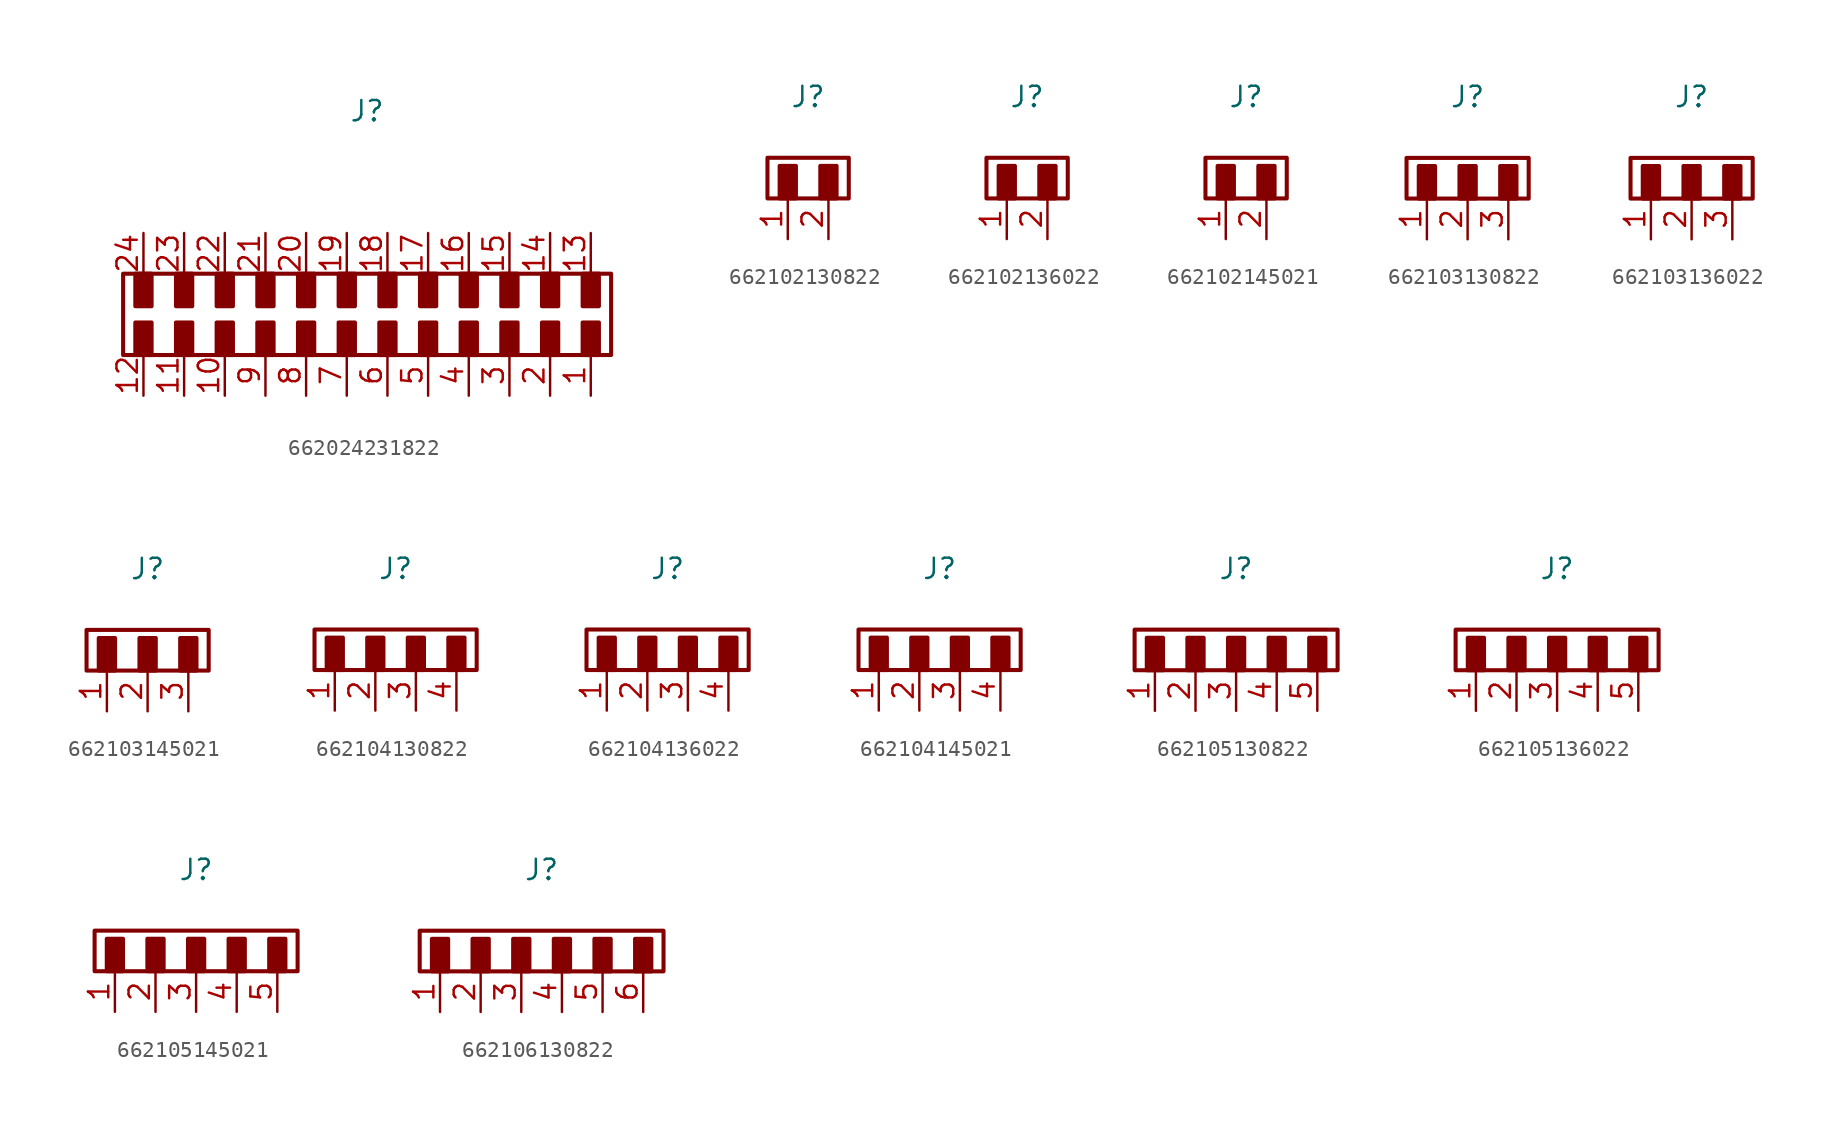
<source format=kicad_sym>
(kicad_symbol_lib
  (version 20241209)
  (generator "kicad_symbol_editor")
  (generator_version "9.0")
  (symbol "662024231822"
    (pin_names
      (hide yes))
    (property "Reference" "J"
      (at 0 12.7 0)
      (effects (font (size 1.27 1.27))))
    (symbol "662024231822_1_1"
      (rectangle (start -15.24 2.54) (end 15.24 -2.54) (stroke (width 0.254) (type solid)) (fill (type none)))
      (rectangle (start -14.478 2.54) (end -13.462 0.508) (stroke (width 0.254) (type solid)) (fill (type outline)))
      (rectangle (start -14.478 -0.508) (end -13.462 -2.54) (stroke (width 0.254) (type solid)) (fill (type outline)))
      (rectangle (start -11.938 2.54) (end -10.922 0.508) (stroke (width 0.254) (type solid)) (fill (type outline)))
      (rectangle (start -11.938 -0.508) (end -10.922 -2.54) (stroke (width 0.254) (type solid)) (fill (type outline)))
      (rectangle (start -9.398 2.54) (end -8.382 0.508) (stroke (width 0.254) (type solid)) (fill (type outline)))
      (rectangle (start -9.398 -0.508) (end -8.382 -2.54) (stroke (width 0.254) (type solid)) (fill (type outline)))
      (rectangle (start -6.858 2.54) (end -5.842 0.508) (stroke (width 0.254) (type solid)) (fill (type outline)))
      (rectangle (start -6.858 -0.508) (end -5.842 -2.54) (stroke (width 0.254) (type solid)) (fill (type outline)))
      (rectangle (start -4.318 2.54) (end -3.302 0.508) (stroke (width 0.254) (type solid)) (fill (type outline)))
      (rectangle (start -4.318 -0.508) (end -3.302 -2.54) (stroke (width 0.254) (type solid)) (fill (type outline)))
      (rectangle (start -1.778 2.54) (end -0.762 0.508) (stroke (width 0.254) (type solid)) (fill (type outline)))
      (rectangle (start -1.778 -0.508) (end -0.762 -2.54) (stroke (width 0.254) (type solid)) (fill (type outline)))
      (rectangle (start 0.762 2.54) (end 1.778 0.508) (stroke (width 0.254) (type solid)) (fill (type outline)))
      (rectangle (start 0.762 -0.508) (end 1.778 -2.54) (stroke (width 0.254) (type solid)) (fill (type outline)))
      (rectangle (start 3.302 2.54) (end 4.318 0.508) (stroke (width 0.254) (type solid)) (fill (type outline)))
      (rectangle (start 3.302 -0.508) (end 4.318 -2.54) (stroke (width 0.254) (type solid)) (fill (type outline)))
      (rectangle (start 5.842 2.54) (end 6.858 0.508) (stroke (width 0.254) (type solid)) (fill (type outline)))
      (rectangle (start 5.842 -0.508) (end 6.858 -2.54) (stroke (width 0.254) (type solid)) (fill (type outline)))
      (rectangle (start 8.382 2.54) (end 9.398 0.508) (stroke (width 0.254) (type solid)) (fill (type outline)))
      (rectangle (start 8.382 -0.508) (end 9.398 -2.54) (stroke (width 0.254) (type solid)) (fill (type outline)))
      (rectangle (start 10.922 2.54) (end 11.938 0.508) (stroke (width 0.254) (type solid)) (fill (type outline)))
      (rectangle (start 10.922 -0.508) (end 11.938 -2.54) (stroke (width 0.254) (type solid)) (fill (type outline)))
      (rectangle (start 13.462 2.54) (end 14.478 0.508) (stroke (width 0.254) (type solid)) (fill (type outline)))
      (rectangle (start 13.462 -0.508) (end 14.478 -2.54) (stroke (width 0.254) (type solid)) (fill (type outline)))
      (pin passive line (at -13.97 5.08 270) (length 2.54) (name "24" (effects (font (size 1.27 1.27)))) (number "24" (effects (font (size 1.27 1.27)))))
      (pin passive line (at -13.97 -5.08 90) (length 2.54) (name "12" (effects (font (size 1.27 1.27)))) (number "12" (effects (font (size 1.27 1.27)))))
      (pin passive line (at -11.43 5.08 270) (length 2.54) (name "23" (effects (font (size 1.27 1.27)))) (number "23" (effects (font (size 1.27 1.27)))))
      (pin passive line (at -11.43 -5.08 90) (length 2.54) (name "11" (effects (font (size 1.27 1.27)))) (number "11" (effects (font (size 1.27 1.27)))))
      (pin passive line (at -8.89 5.08 270) (length 2.54) (name "22" (effects (font (size 1.27 1.27)))) (number "22" (effects (font (size 1.27 1.27)))))
      (pin passive line (at -8.89 -5.08 90) (length 2.54) (name "10" (effects (font (size 1.27 1.27)))) (number "10" (effects (font (size 1.27 1.27)))))
      (pin passive line (at -6.35 5.08 270) (length 2.54) (name "21" (effects (font (size 1.27 1.27)))) (number "21" (effects (font (size 1.27 1.27)))))
      (pin passive line (at -6.35 -5.08 90) (length 2.54) (name "9" (effects (font (size 1.27 1.27)))) (number "9" (effects (font (size 1.27 1.27)))))
      (pin passive line (at -3.81 5.08 270) (length 2.54) (name "20" (effects (font (size 1.27 1.27)))) (number "20" (effects (font (size 1.27 1.27)))))
      (pin passive line (at -3.81 -5.08 90) (length 2.54) (name "8" (effects (font (size 1.27 1.27)))) (number "8" (effects (font (size 1.27 1.27)))))
      (pin passive line (at -1.27 5.08 270) (length 2.54) (name "19" (effects (font (size 1.27 1.27)))) (number "19" (effects (font (size 1.27 1.27)))))
      (pin passive line (at -1.27 -5.08 90) (length 2.54) (name "7" (effects (font (size 1.27 1.27)))) (number "7" (effects (font (size 1.27 1.27)))))
      (pin passive line (at 1.27 5.08 270) (length 2.54) (name "18" (effects (font (size 1.27 1.27)))) (number "18" (effects (font (size 1.27 1.27)))))
      (pin passive line (at 1.27 -5.08 90) (length 2.54) (name "6" (effects (font (size 1.27 1.27)))) (number "6" (effects (font (size 1.27 1.27)))))
      (pin passive line (at 3.81 5.08 270) (length 2.54) (name "17" (effects (font (size 1.27 1.27)))) (number "17" (effects (font (size 1.27 1.27)))))
      (pin passive line (at 3.81 -5.08 90) (length 2.54) (name "5" (effects (font (size 1.27 1.27)))) (number "5" (effects (font (size 1.27 1.27)))))
      (pin passive line (at 6.35 5.08 270) (length 2.54) (name "16" (effects (font (size 1.27 1.27)))) (number "16" (effects (font (size 1.27 1.27)))))
      (pin passive line (at 6.35 -5.08 90) (length 2.54) (name "4" (effects (font (size 1.27 1.27)))) (number "4" (effects (font (size 1.27 1.27)))))
      (pin passive line (at 8.89 5.08 270) (length 2.54) (name "15" (effects (font (size 1.27 1.27)))) (number "15" (effects (font (size 1.27 1.27)))))
      (pin passive line (at 8.89 -5.08 90) (length 2.54) (name "3" (effects (font (size 1.27 1.27)))) (number "3" (effects (font (size 1.27 1.27)))))
      (pin passive line (at 11.43 5.08 270) (length 2.54) (name "14" (effects (font (size 1.27 1.27)))) (number "14" (effects (font (size 1.27 1.27)))))
      (pin passive line (at 11.43 -5.08 90) (length 2.54) (name "2" (effects (font (size 1.27 1.27)))) (number "2" (effects (font (size 1.27 1.27)))))
      (pin passive line (at 13.97 5.08 270) (length 2.54) (name "13" (effects (font (size 1.27 1.27)))) (number "13" (effects (font (size 1.27 1.27)))))
      (pin passive line (at 13.97 -5.08 90) (length 2.54) (name "1" (effects (font (size 1.27 1.27)))) (number "1" (effects (font (size 1.27 1.27)))))))
  (symbol "662102130822"
    (pin_names
      (hide yes))
    (property "Reference" "J"
      (at 0 5.08 0)
      (effects (font (size 1.27 1.27))))
    (symbol "662102130822_1_1"
      (rectangle (start -2.54 1.27) (end 2.54 -1.27) (stroke (width 0.254) (type solid)) (fill (type none)))
      (rectangle (start -1.778 0.762) (end -0.762 -1.27) (stroke (width 0.254) (type solid)) (fill (type outline)))
      (rectangle (start 1.778 -1.27) (end 0.762 0.762) (stroke (width 0.254) (type solid)) (fill (type outline)))
      (pin passive line (at -1.27 -3.81 90) (length 2.54) (name "1" (effects (font (size 1.27 1.27)))) (number "1" (effects (font (size 1.27 1.27)))))
      (pin passive line (at 1.27 -3.81 90) (length 2.54) (name "2" (effects (font (size 1.27 1.27)))) (number "2" (effects (font (size 1.27 1.27)))))))
  (symbol "662102136022"
    (pin_names
      (hide yes))
    (property "Reference" "J"
      (at 0 5.08 0)
      (effects (font (size 1.27 1.27))))
    (symbol "662102136022_1_1"
      (rectangle (start -2.54 1.27) (end 2.54 -1.27) (stroke (width 0.254) (type solid)) (fill (type none)))
      (rectangle (start -1.778 0.762) (end -0.762 -1.27) (stroke (width 0.254) (type solid)) (fill (type outline)))
      (rectangle (start 1.778 -1.27) (end 0.762 0.762) (stroke (width 0.254) (type solid)) (fill (type outline)))
      (pin passive line (at -1.27 -3.81 90) (length 2.54) (name "1" (effects (font (size 1.27 1.27)))) (number "1" (effects (font (size 1.27 1.27)))))
      (pin passive line (at 1.27 -3.81 90) (length 2.54) (name "2" (effects (font (size 1.27 1.27)))) (number "2" (effects (font (size 1.27 1.27)))))))
  (symbol "662102145021"
    (pin_names
      (hide yes))
    (property "Reference" "J"
      (at 0 5.08 0)
      (effects (font (size 1.27 1.27))))
    (symbol "662102145021_1_1"
      (rectangle (start -2.54 1.27) (end 2.54 -1.27) (stroke (width 0.254) (type solid)) (fill (type none)))
      (rectangle (start -1.778 0.762) (end -0.762 -1.27) (stroke (width 0.254) (type solid)) (fill (type outline)))
      (rectangle (start 1.778 -1.27) (end 0.762 0.762) (stroke (width 0.254) (type solid)) (fill (type outline)))
      (pin passive line (at -1.27 -3.81 90) (length 2.54) (name "1" (effects (font (size 1.27 1.27)))) (number "1" (effects (font (size 1.27 1.27)))))
      (pin passive line (at 1.27 -3.81 90) (length 2.54) (name "2" (effects (font (size 1.27 1.27)))) (number "2" (effects (font (size 1.27 1.27)))))))
  (symbol "662103130822"
    (pin_names
      (hide yes))
    (property "Reference" "J"
      (at 0 5.08 0)
      (effects (font (size 1.27 1.27))))
    (symbol "662103130822_1_1"
      (rectangle (start -3.81 1.27) (end 3.81 -1.27) (stroke (width 0.254) (type solid)) (fill (type none)))
      (rectangle (start -3.048 0.762) (end -2.032 -1.27) (stroke (width 0.254) (type solid)) (fill (type outline)))
      (rectangle (start 0.508 -1.27) (end -0.508 0.762) (stroke (width 0.254) (type solid)) (fill (type outline)))
      (rectangle (start 3.048 -1.27) (end 2.032 0.762) (stroke (width 0.254) (type solid)) (fill (type outline)))
      (pin passive line (at -2.54 -3.81 90) (length 2.54) (name "1" (effects (font (size 1.27 1.27)))) (number "1" (effects (font (size 1.27 1.27)))))
      (pin passive line (at 0 -3.81 90) (length 2.54) (name "2" (effects (font (size 1.27 1.27)))) (number "2" (effects (font (size 1.27 1.27)))))
      (pin passive line (at 2.54 -3.81 90) (length 2.54) (name "3" (effects (font (size 1.27 1.27)))) (number "3" (effects (font (size 1.27 1.27)))))))
  (symbol "662103136022"
    (pin_names
      (hide yes))
    (property "Reference" "J"
      (at 0 5.08 0)
      (effects (font (size 1.27 1.27))))
    (symbol "662103136022_1_1"
      (rectangle (start -3.81 1.27) (end 3.81 -1.27) (stroke (width 0.254) (type solid)) (fill (type none)))
      (rectangle (start -3.048 0.762) (end -2.032 -1.27) (stroke (width 0.254) (type solid)) (fill (type outline)))
      (rectangle (start 0.508 -1.27) (end -0.508 0.762) (stroke (width 0.254) (type solid)) (fill (type outline)))
      (rectangle (start 3.048 -1.27) (end 2.032 0.762) (stroke (width 0.254) (type solid)) (fill (type outline)))
      (pin passive line (at -2.54 -3.81 90) (length 2.54) (name "1" (effects (font (size 1.27 1.27)))) (number "1" (effects (font (size 1.27 1.27)))))
      (pin passive line (at 0 -3.81 90) (length 2.54) (name "2" (effects (font (size 1.27 1.27)))) (number "2" (effects (font (size 1.27 1.27)))))
      (pin passive line (at 2.54 -3.81 90) (length 2.54) (name "3" (effects (font (size 1.27 1.27)))) (number "3" (effects (font (size 1.27 1.27)))))))
  (symbol "662103145021"
    (pin_names
      (hide yes))
    (property "Reference" "J"
      (at 0 5.08 0)
      (effects (font (size 1.27 1.27))))
    (symbol "662103145021_1_1"
      (rectangle (start -3.81 1.27) (end 3.81 -1.27) (stroke (width 0.254) (type solid)) (fill (type none)))
      (rectangle (start -3.048 0.762) (end -2.032 -1.27) (stroke (width 0.254) (type solid)) (fill (type outline)))
      (rectangle (start 0.508 -1.27) (end -0.508 0.762) (stroke (width 0.254) (type solid)) (fill (type outline)))
      (rectangle (start 3.048 -1.27) (end 2.032 0.762) (stroke (width 0.254) (type solid)) (fill (type outline)))
      (pin passive line (at -2.54 -3.81 90) (length 2.54) (name "1" (effects (font (size 1.27 1.27)))) (number "1" (effects (font (size 1.27 1.27)))))
      (pin passive line (at 0 -3.81 90) (length 2.54) (name "2" (effects (font (size 1.27 1.27)))) (number "2" (effects (font (size 1.27 1.27)))))
      (pin passive line (at 2.54 -3.81 90) (length 2.54) (name "3" (effects (font (size 1.27 1.27)))) (number "3" (effects (font (size 1.27 1.27)))))))
  (symbol "662104130822"
    (pin_names
      (hide yes))
    (property "Reference" "J"
      (at 0 5.08 0)
      (effects (font (size 1.27 1.27))))
    (symbol "662104130822_1_1"
      (rectangle (start -5.08 1.27) (end 5.08 -1.27) (stroke (width 0.254) (type solid)) (fill (type none)))
      (rectangle (start -4.318 0.762) (end -3.302 -1.27) (stroke (width 0.254) (type solid)) (fill (type outline)))
      (rectangle (start -0.762 -1.27) (end -1.778 0.762) (stroke (width 0.254) (type solid)) (fill (type outline)))
      (rectangle (start 1.778 -1.27) (end 0.762 0.762) (stroke (width 0.254) (type solid)) (fill (type outline)))
      (rectangle (start 4.318 -1.27) (end 3.302 0.762) (stroke (width 0.254) (type solid)) (fill (type outline)))
      (pin passive line (at -3.81 -3.81 90) (length 2.54) (name "1" (effects (font (size 1.27 1.27)))) (number "1" (effects (font (size 1.27 1.27)))))
      (pin passive line (at -1.27 -3.81 90) (length 2.54) (name "2" (effects (font (size 1.27 1.27)))) (number "2" (effects (font (size 1.27 1.27)))))
      (pin passive line (at 1.27 -3.81 90) (length 2.54) (name "3" (effects (font (size 1.27 1.27)))) (number "3" (effects (font (size 1.27 1.27)))))
      (pin passive line (at 3.81 -3.81 90) (length 2.54) (name "4" (effects (font (size 1.27 1.27)))) (number "4" (effects (font (size 1.27 1.27)))))))
  (symbol "662104136022"
    (pin_names
      (hide yes))
    (property "Reference" "J"
      (at 0 5.08 0)
      (effects (font (size 1.27 1.27))))
    (symbol "662104136022_1_1"
      (rectangle (start -5.08 1.27) (end 5.08 -1.27) (stroke (width 0.254) (type solid)) (fill (type none)))
      (rectangle (start -4.318 0.762) (end -3.302 -1.27) (stroke (width 0.254) (type solid)) (fill (type outline)))
      (rectangle (start -0.762 -1.27) (end -1.778 0.762) (stroke (width 0.254) (type solid)) (fill (type outline)))
      (rectangle (start 1.778 -1.27) (end 0.762 0.762) (stroke (width 0.254) (type solid)) (fill (type outline)))
      (rectangle (start 4.318 -1.27) (end 3.302 0.762) (stroke (width 0.254) (type solid)) (fill (type outline)))
      (pin passive line (at -3.81 -3.81 90) (length 2.54) (name "1" (effects (font (size 1.27 1.27)))) (number "1" (effects (font (size 1.27 1.27)))))
      (pin passive line (at -1.27 -3.81 90) (length 2.54) (name "2" (effects (font (size 1.27 1.27)))) (number "2" (effects (font (size 1.27 1.27)))))
      (pin passive line (at 1.27 -3.81 90) (length 2.54) (name "3" (effects (font (size 1.27 1.27)))) (number "3" (effects (font (size 1.27 1.27)))))
      (pin passive line (at 3.81 -3.81 90) (length 2.54) (name "4" (effects (font (size 1.27 1.27)))) (number "4" (effects (font (size 1.27 1.27)))))))
  (symbol "662104145021"
    (pin_names
      (hide yes))
    (property "Reference" "J"
      (at 0 5.08 0)
      (effects (font (size 1.27 1.27))))
    (symbol "662104145021_1_1"
      (rectangle (start -5.08 1.27) (end 5.08 -1.27) (stroke (width 0.254) (type solid)) (fill (type none)))
      (rectangle (start -4.318 0.762) (end -3.302 -1.27) (stroke (width 0.254) (type solid)) (fill (type outline)))
      (rectangle (start -0.762 -1.27) (end -1.778 0.762) (stroke (width 0.254) (type solid)) (fill (type outline)))
      (rectangle (start 1.778 -1.27) (end 0.762 0.762) (stroke (width 0.254) (type solid)) (fill (type outline)))
      (rectangle (start 4.318 -1.27) (end 3.302 0.762) (stroke (width 0.254) (type solid)) (fill (type outline)))
      (pin passive line (at -3.81 -3.81 90) (length 2.54) (name "1" (effects (font (size 1.27 1.27)))) (number "1" (effects (font (size 1.27 1.27)))))
      (pin passive line (at -1.27 -3.81 90) (length 2.54) (name "2" (effects (font (size 1.27 1.27)))) (number "2" (effects (font (size 1.27 1.27)))))
      (pin passive line (at 1.27 -3.81 90) (length 2.54) (name "3" (effects (font (size 1.27 1.27)))) (number "3" (effects (font (size 1.27 1.27)))))
      (pin passive line (at 3.81 -3.81 90) (length 2.54) (name "4" (effects (font (size 1.27 1.27)))) (number "4" (effects (font (size 1.27 1.27)))))))
  (symbol "662105130822"
    (pin_names
      (hide yes))
    (property "Reference" "J"
      (at 0 5.08 0)
      (effects (font (size 1.27 1.27))))
    (symbol "662105130822_1_1"
      (rectangle (start -6.35 1.27) (end 6.35 -1.27) (stroke (width 0.254) (type solid)) (fill (type none)))
      (rectangle (start -5.588 0.762) (end -4.572 -1.27) (stroke (width 0.254) (type solid)) (fill (type outline)))
      (rectangle (start -2.032 -1.27) (end -3.048 0.762) (stroke (width 0.254) (type solid)) (fill (type outline)))
      (rectangle (start 0.508 -1.27) (end -0.508 0.762) (stroke (width 0.254) (type solid)) (fill (type outline)))
      (rectangle (start 3.048 -1.27) (end 2.032 0.762) (stroke (width 0.254) (type solid)) (fill (type outline)))
      (rectangle (start 5.588 -1.27) (end 4.572 0.762) (stroke (width 0.254) (type solid)) (fill (type outline)))
      (pin passive line (at -5.08 -3.81 90) (length 2.54) (name "1" (effects (font (size 1.27 1.27)))) (number "1" (effects (font (size 1.27 1.27)))))
      (pin passive line (at -2.54 -3.81 90) (length 2.54) (name "2" (effects (font (size 1.27 1.27)))) (number "2" (effects (font (size 1.27 1.27)))))
      (pin passive line (at 0 -3.81 90) (length 2.54) (name "3" (effects (font (size 1.27 1.27)))) (number "3" (effects (font (size 1.27 1.27)))))
      (pin passive line (at 2.54 -3.81 90) (length 2.54) (name "4" (effects (font (size 1.27 1.27)))) (number "4" (effects (font (size 1.27 1.27)))))
      (pin passive line (at 5.08 -3.81 90) (length 2.54) (name "5" (effects (font (size 1.27 1.27)))) (number "5" (effects (font (size 1.27 1.27)))))))
  (symbol "662105136022"
    (pin_names
      (hide yes))
    (property "Reference" "J"
      (at 0 5.08 0)
      (effects (font (size 1.27 1.27))))
    (symbol "662105136022_1_1"
      (rectangle (start -6.35 1.27) (end 6.35 -1.27) (stroke (width 0.254) (type solid)) (fill (type none)))
      (rectangle (start -5.588 0.762) (end -4.572 -1.27) (stroke (width 0.254) (type solid)) (fill (type outline)))
      (rectangle (start -2.032 -1.27) (end -3.048 0.762) (stroke (width 0.254) (type solid)) (fill (type outline)))
      (rectangle (start 0.508 -1.27) (end -0.508 0.762) (stroke (width 0.254) (type solid)) (fill (type outline)))
      (rectangle (start 3.048 -1.27) (end 2.032 0.762) (stroke (width 0.254) (type solid)) (fill (type outline)))
      (rectangle (start 5.588 -1.27) (end 4.572 0.762) (stroke (width 0.254) (type solid)) (fill (type outline)))
      (pin passive line (at -5.08 -3.81 90) (length 2.54) (name "1" (effects (font (size 1.27 1.27)))) (number "1" (effects (font (size 1.27 1.27)))))
      (pin passive line (at -2.54 -3.81 90) (length 2.54) (name "2" (effects (font (size 1.27 1.27)))) (number "2" (effects (font (size 1.27 1.27)))))
      (pin passive line (at 0 -3.81 90) (length 2.54) (name "3" (effects (font (size 1.27 1.27)))) (number "3" (effects (font (size 1.27 1.27)))))
      (pin passive line (at 2.54 -3.81 90) (length 2.54) (name "4" (effects (font (size 1.27 1.27)))) (number "4" (effects (font (size 1.27 1.27)))))
      (pin passive line (at 5.08 -3.81 90) (length 2.54) (name "5" (effects (font (size 1.27 1.27)))) (number "5" (effects (font (size 1.27 1.27)))))))
  (symbol "662105145021"
    (pin_names
      (hide yes))
    (property "Reference" "J"
      (at 0 5.08 0)
      (effects (font (size 1.27 1.27))))
    (symbol "662105145021_1_1"
      (rectangle (start -6.35 1.27) (end 6.35 -1.27) (stroke (width 0.254) (type solid)) (fill (type none)))
      (rectangle (start -5.588 0.762) (end -4.572 -1.27) (stroke (width 0.254) (type solid)) (fill (type outline)))
      (rectangle (start -2.032 -1.27) (end -3.048 0.762) (stroke (width 0.254) (type solid)) (fill (type outline)))
      (rectangle (start 0.508 -1.27) (end -0.508 0.762) (stroke (width 0.254) (type solid)) (fill (type outline)))
      (rectangle (start 3.048 -1.27) (end 2.032 0.762) (stroke (width 0.254) (type solid)) (fill (type outline)))
      (rectangle (start 5.588 -1.27) (end 4.572 0.762) (stroke (width 0.254) (type solid)) (fill (type outline)))
      (pin passive line (at -5.08 -3.81 90) (length 2.54) (name "1" (effects (font (size 1.27 1.27)))) (number "1" (effects (font (size 1.27 1.27)))))
      (pin passive line (at -2.54 -3.81 90) (length 2.54) (name "2" (effects (font (size 1.27 1.27)))) (number "2" (effects (font (size 1.27 1.27)))))
      (pin passive line (at 0 -3.81 90) (length 2.54) (name "3" (effects (font (size 1.27 1.27)))) (number "3" (effects (font (size 1.27 1.27)))))
      (pin passive line (at 2.54 -3.81 90) (length 2.54) (name "4" (effects (font (size 1.27 1.27)))) (number "4" (effects (font (size 1.27 1.27)))))
      (pin passive line (at 5.08 -3.81 90) (length 2.54) (name "5" (effects (font (size 1.27 1.27)))) (number "5" (effects (font (size 1.27 1.27)))))))
  (symbol "662106130822"
    (pin_names
      (hide yes))
    (property "Reference" "J"
      (at 0 5.08 0)
      (effects (font (size 1.27 1.27))))
    (symbol "662106130822_1_1"
      (rectangle (start -7.62 1.27) (end 7.62 -1.27) (stroke (width 0.254) (type solid)) (fill (type none)))
      (rectangle (start -6.858 0.762) (end -5.842 -1.27) (stroke (width 0.254) (type solid)) (fill (type outline)))
      (rectangle (start -3.302 -1.27) (end -4.318 0.762) (stroke (width 0.254) (type solid)) (fill (type outline)))
      (rectangle (start -0.762 -1.27) (end -1.778 0.762) (stroke (width 0.254) (type solid)) (fill (type outline)))
      (rectangle (start 1.778 -1.27) (end 0.762 0.762) (stroke (width 0.254) (type solid)) (fill (type outline)))
      (rectangle (start 4.318 -1.27) (end 3.302 0.762) (stroke (width 0.254) (type solid)) (fill (type outline)))
      (rectangle (start 6.858 -1.27) (end 5.842 0.762) (stroke (width 0.254) (type solid)) (fill (type outline)))
      (pin passive line (at -6.35 -3.81 90) (length 2.54) (name "1" (effects (font (size 1.27 1.27)))) (number "1" (effects (font (size 1.27 1.27)))))
      (pin passive line (at -3.81 -3.81 90) (length 2.54) (name "2" (effects (font (size 1.27 1.27)))) (number "2" (effects (font (size 1.27 1.27)))))
      (pin passive line (at -1.27 -3.81 90) (length 2.54) (name "3" (effects (font (size 1.27 1.27)))) (number "3" (effects (font (size 1.27 1.27)))))
      (pin passive line (at 1.27 -3.81 90) (length 2.54) (name "4" (effects (font (size 1.27 1.27)))) (number "4" (effects (font (size 1.27 1.27)))))
      (pin passive line (at 3.81 -3.81 90) (length 2.54) (name "5" (effects (font (size 1.27 1.27)))) (number "5" (effects (font (size 1.27 1.27)))))
      (pin passive line (at 6.35 -3.81 90) (length 2.54) (name "6" (effects (font (size 1.27 1.27)))) (number "6" (effects (font (size 1.27 1.27))))))))
</source>
